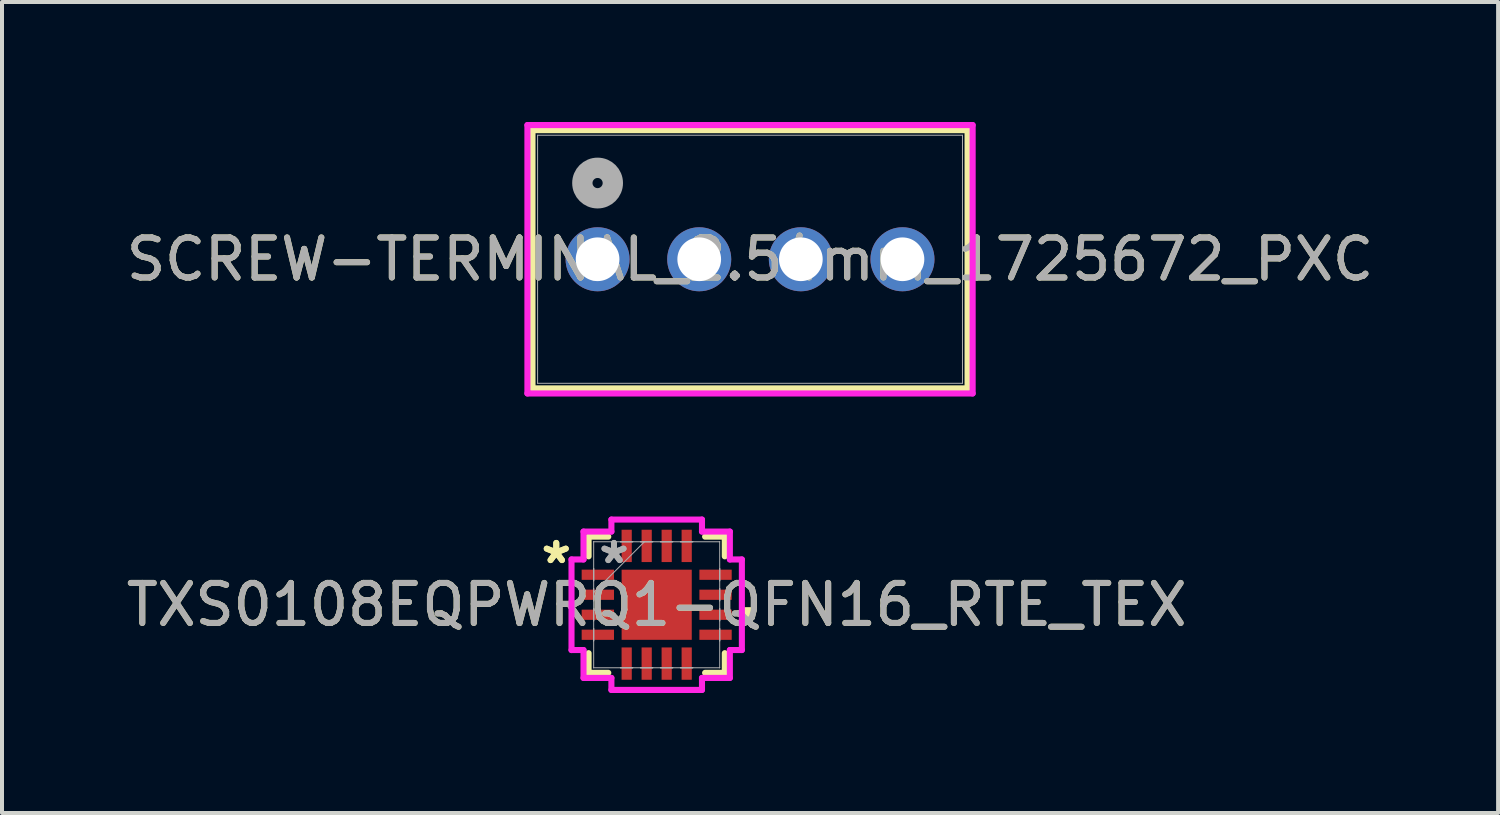
<source format=kicad_pcb>
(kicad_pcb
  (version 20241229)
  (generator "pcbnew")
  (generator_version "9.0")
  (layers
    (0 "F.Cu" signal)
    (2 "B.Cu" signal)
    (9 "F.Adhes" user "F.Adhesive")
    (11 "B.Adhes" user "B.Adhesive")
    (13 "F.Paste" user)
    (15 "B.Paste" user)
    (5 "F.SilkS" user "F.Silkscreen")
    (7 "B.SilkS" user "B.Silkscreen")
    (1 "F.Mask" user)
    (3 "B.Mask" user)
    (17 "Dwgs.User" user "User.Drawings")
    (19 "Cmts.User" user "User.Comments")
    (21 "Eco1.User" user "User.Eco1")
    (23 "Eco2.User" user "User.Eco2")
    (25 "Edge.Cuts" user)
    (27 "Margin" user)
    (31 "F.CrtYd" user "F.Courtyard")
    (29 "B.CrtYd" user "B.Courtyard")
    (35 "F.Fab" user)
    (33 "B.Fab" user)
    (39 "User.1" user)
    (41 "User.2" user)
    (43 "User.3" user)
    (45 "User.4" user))
  (footprint "TXS0108EQPWRQ1-QFN16_RTE_TEX"
    (layer "F.Cu")
    (at 13.363 12.065)
    (property "Reference" "TXS0108EQPWRQ1-QFN16_RTE_TEX" (at 0 0 0) (unlocked yes) (layer "F.SilkS") (effects (font (size 1 1) (thickness 0.15))))
    (attr smd)
    (fp_line (start -1.702 -1.702) (end -1.702 -1.21) (stroke (width 0.152) (type solid)) (layer "F.SilkS"))
    (fp_line (start -1.702 1.21) (end -1.702 1.702) (stroke (width 0.152) (type solid)) (layer "F.SilkS"))
    (fp_line (start -1.702 1.702) (end -1.21 1.702) (stroke (width 0.152) (type solid)) (layer "F.SilkS"))
    (fp_line (start -1.21 -1.702) (end -1.702 -1.702) (stroke (width 0.152) (type solid)) (layer "F.SilkS"))
    (fp_line (start 1.21 1.702) (end 1.702 1.702) (stroke (width 0.152) (type solid)) (layer "F.SilkS"))
    (fp_line (start 1.702 -1.702) (end 1.21 -1.702) (stroke (width 0.152) (type solid)) (layer "F.SilkS"))
    (fp_line (start 1.702 -1.21) (end 1.702 -1.702) (stroke (width 0.152) (type solid)) (layer "F.SilkS"))
    (fp_line (start 1.702 1.702) (end 1.702 1.21) (stroke (width 0.152) (type solid)) (layer "F.SilkS"))
    (fp_poly (pts (xy 2.383 0.06) (xy 2.383 0.441) (xy 2.129 0.441) (xy 2.129 0.06)) (stroke (width 0) (type solid)) (fill yes) (layer "F.SilkS"))
    (fp_line (start -2.129 -1.132) (end -1.829 -1.132) (stroke (width 0.152) (type solid)) (layer "F.CrtYd"))
    (fp_line (start -2.129 1.132) (end -2.129 -1.132) (stroke (width 0.152) (type solid)) (layer "F.CrtYd"))
    (fp_line (start -1.829 -1.829) (end -1.132 -1.829) (stroke (width 0.152) (type solid)) (layer "F.CrtYd"))
    (fp_line (start -1.829 -1.132) (end -1.829 -1.829) (stroke (width 0.152) (type solid)) (layer "F.CrtYd"))
    (fp_line (start -1.829 1.132) (end -2.129 1.132) (stroke (width 0.152) (type solid)) (layer "F.CrtYd"))
    (fp_line (start -1.829 1.829) (end -1.829 1.132) (stroke (width 0.152) (type solid)) (layer "F.CrtYd"))
    (fp_line (start -1.132 -2.129) (end 1.132 -2.129) (stroke (width 0.152) (type solid)) (layer "F.CrtYd"))
    (fp_line (start -1.132 -1.829) (end -1.132 -2.129) (stroke (width 0.152) (type solid)) (layer "F.CrtYd"))
    (fp_line (start -1.132 1.829) (end -1.829 1.829) (stroke (width 0.152) (type solid)) (layer "F.CrtYd"))
    (fp_line (start -1.132 2.129) (end -1.132 1.829) (stroke (width 0.152) (type solid)) (layer "F.CrtYd"))
    (fp_line (start 1.132 -2.129) (end 1.132 -1.829) (stroke (width 0.152) (type solid)) (layer "F.CrtYd"))
    (fp_line (start 1.132 -1.829) (end 1.829 -1.829) (stroke (width 0.152) (type solid)) (layer "F.CrtYd"))
    (fp_line (start 1.132 1.829) (end 1.132 2.129) (stroke (width 0.152) (type solid)) (layer "F.CrtYd"))
    (fp_line (start 1.132 2.129) (end -1.132 2.129) (stroke (width 0.152) (type solid)) (layer "F.CrtYd"))
    (fp_line (start 1.829 -1.829) (end 1.829 -1.132) (stroke (width 0.152) (type solid)) (layer "F.CrtYd"))
    (fp_line (start 1.829 -1.132) (end 2.129 -1.132) (stroke (width 0.152) (type solid)) (layer "F.CrtYd"))
    (fp_line (start 1.829 1.132) (end 1.829 1.829) (stroke (width 0.152) (type solid)) (layer "F.CrtYd"))
    (fp_line (start 1.829 1.829) (end 1.132 1.829) (stroke (width 0.152) (type solid)) (layer "F.CrtYd"))
    (fp_line (start 2.129 -1.132) (end 2.129 1.132) (stroke (width 0.152) (type solid)) (layer "F.CrtYd"))
    (fp_line (start 2.129 1.132) (end 1.829 1.132) (stroke (width 0.152) (type solid)) (layer "F.CrtYd"))
    (fp_line (start -1.575 -1.575) (end -1.575 -1.575) (stroke (width 0.025) (type solid)) (layer "F.Fab"))
    (fp_line (start -1.575 -1.575) (end -1.575 1.575) (stroke (width 0.025) (type solid)) (layer "F.Fab"))
    (fp_line (start -1.575 -0.903) (end -1.575 -0.903) (stroke (width 0.025) (type solid)) (layer "F.Fab"))
    (fp_line (start -1.575 -0.903) (end -1.575 -0.598) (stroke (width 0.025) (type solid)) (layer "F.Fab"))
    (fp_line (start -1.575 -0.598) (end -1.575 -0.903) (stroke (width 0.025) (type solid)) (layer "F.Fab"))
    (fp_line (start -1.575 -0.598) (end -1.575 -0.598) (stroke (width 0.025) (type solid)) (layer "F.Fab"))
    (fp_line (start -1.575 -0.402) (end -1.575 -0.402) (stroke (width 0.025) (type solid)) (layer "F.Fab"))
    (fp_line (start -1.575 -0.402) (end -1.575 -0.098) (stroke (width 0.025) (type solid)) (layer "F.Fab"))
    (fp_line (start -1.575 -0.305) (end -0.305 -1.575) (stroke (width 0.025) (type solid)) (layer "F.Fab"))
    (fp_line (start -1.575 -0.098) (end -1.575 -0.402) (stroke (width 0.025) (type solid)) (layer "F.Fab"))
    (fp_line (start -1.575 -0.098) (end -1.575 -0.098) (stroke (width 0.025) (type solid)) (layer "F.Fab"))
    (fp_line (start -1.575 0.098) (end -1.575 0.098) (stroke (width 0.025) (type solid)) (layer "F.Fab"))
    (fp_line (start -1.575 0.098) (end -1.575 0.402) (stroke (width 0.025) (type solid)) (layer "F.Fab"))
    (fp_line (start -1.575 0.402) (end -1.575 0.098) (stroke (width 0.025) (type solid)) (layer "F.Fab"))
    (fp_line (start -1.575 0.402) (end -1.575 0.402) (stroke (width 0.025) (type solid)) (layer "F.Fab"))
    (fp_line (start -1.575 0.598) (end -1.575 0.598) (stroke (width 0.025) (type solid)) (layer "F.Fab"))
    (fp_line (start -1.575 0.598) (end -1.575 0.903) (stroke (width 0.025) (type solid)) (layer "F.Fab"))
    (fp_line (start -1.575 0.903) (end -1.575 0.598) (stroke (width 0.025) (type solid)) (layer "F.Fab"))
    (fp_line (start -1.575 0.903) (end -1.575 0.903) (stroke (width 0.025) (type solid)) (layer "F.Fab"))
    (fp_line (start -1.575 1.575) (end -1.575 1.575) (stroke (width 0.025) (type solid)) (layer "F.Fab"))
    (fp_line (start -1.575 1.575) (end 1.575 1.575) (stroke (width 0.025) (type solid)) (layer "F.Fab"))
    (fp_line (start -0.903 -1.575) (end -0.903 -1.575) (stroke (width 0.025) (type solid)) (layer "F.Fab"))
    (fp_line (start -0.903 -1.575) (end -0.598 -1.575) (stroke (width 0.025) (type solid)) (layer "F.Fab"))
    (fp_line (start -0.903 1.575) (end -0.903 1.575) (stroke (width 0.025) (type solid)) (layer "F.Fab"))
    (fp_line (start -0.903 1.575) (end -0.598 1.575) (stroke (width 0.025) (type solid)) (layer "F.Fab"))
    (fp_line (start -0.598 -1.575) (end -0.903 -1.575) (stroke (width 0.025) (type solid)) (layer "F.Fab"))
    (fp_line (start -0.598 -1.575) (end -0.598 -1.575) (stroke (width 0.025) (type solid)) (layer "F.Fab"))
    (fp_line (start -0.598 1.575) (end -0.903 1.575) (stroke (width 0.025) (type solid)) (layer "F.Fab"))
    (fp_line (start -0.598 1.575) (end -0.598 1.575) (stroke (width 0.025) (type solid)) (layer "F.Fab"))
    (fp_line (start -0.402 -1.575) (end -0.402 -1.575) (stroke (width 0.025) (type solid)) (layer "F.Fab"))
    (fp_line (start -0.402 -1.575) (end -0.098 -1.575) (stroke (width 0.025) (type solid)) (layer "F.Fab"))
    (fp_line (start -0.402 1.575) (end -0.402 1.575) (stroke (width 0.025) (type solid)) (layer "F.Fab"))
    (fp_line (start -0.402 1.575) (end -0.098 1.575) (stroke (width 0.025) (type solid)) (layer "F.Fab"))
    (fp_line (start -0.098 -1.575) (end -0.402 -1.575) (stroke (width 0.025) (type solid)) (layer "F.Fab"))
    (fp_line (start -0.098 -1.575) (end -0.098 -1.575) (stroke (width 0.025) (type solid)) (layer "F.Fab"))
    (fp_line (start -0.098 1.575) (end -0.402 1.575) (stroke (width 0.025) (type solid)) (layer "F.Fab"))
    (fp_line (start -0.098 1.575) (end -0.098 1.575) (stroke (width 0.025) (type solid)) (layer "F.Fab"))
    (fp_line (start 0.098 -1.575) (end 0.098 -1.575) (stroke (width 0.025) (type solid)) (layer "F.Fab"))
    (fp_line (start 0.098 -1.575) (end 0.402 -1.575) (stroke (width 0.025) (type solid)) (layer "F.Fab"))
    (fp_line (start 0.098 1.575) (end 0.098 1.575) (stroke (width 0.025) (type solid)) (layer "F.Fab"))
    (fp_line (start 0.098 1.575) (end 0.402 1.575) (stroke (width 0.025) (type solid)) (layer "F.Fab"))
    (fp_line (start 0.402 -1.575) (end 0.098 -1.575) (stroke (width 0.025) (type solid)) (layer "F.Fab"))
    (fp_line (start 0.402 -1.575) (end 0.402 -1.575) (stroke (width 0.025) (type solid)) (layer "F.Fab"))
    (fp_line (start 0.402 1.575) (end 0.098 1.575) (stroke (width 0.025) (type solid)) (layer "F.Fab"))
    (fp_line (start 0.402 1.575) (end 0.402 1.575) (stroke (width 0.025) (type solid)) (layer "F.Fab"))
    (fp_line (start 0.598 -1.575) (end 0.598 -1.575) (stroke (width 0.025) (type solid)) (layer "F.Fab"))
    (fp_line (start 0.598 -1.575) (end 0.903 -1.575) (stroke (width 0.025) (type solid)) (layer "F.Fab"))
    (fp_line (start 0.598 1.575) (end 0.598 1.575) (stroke (width 0.025) (type solid)) (layer "F.Fab"))
    (fp_line (start 0.598 1.575) (end 0.903 1.575) (stroke (width 0.025) (type solid)) (layer "F.Fab"))
    (fp_line (start 0.903 -1.575) (end 0.598 -1.575) (stroke (width 0.025) (type solid)) (layer "F.Fab"))
    (fp_line (start 0.903 -1.575) (end 0.903 -1.575) (stroke (width 0.025) (type solid)) (layer "F.Fab"))
    (fp_line (start 0.903 1.575) (end 0.598 1.575) (stroke (width 0.025) (type solid)) (layer "F.Fab"))
    (fp_line (start 0.903 1.575) (end 0.903 1.575) (stroke (width 0.025) (type solid)) (layer "F.Fab"))
    (fp_line (start 1.575 -1.575) (end -1.575 -1.575) (stroke (width 0.025) (type solid)) (layer "F.Fab"))
    (fp_line (start 1.575 -1.575) (end 1.575 -1.575) (stroke (width 0.025) (type solid)) (layer "F.Fab"))
    (fp_line (start 1.575 -0.903) (end 1.575 -0.903) (stroke (width 0.025) (type solid)) (layer "F.Fab"))
    (fp_line (start 1.575 -0.903) (end 1.575 -0.598) (stroke (width 0.025) (type solid)) (layer "F.Fab"))
    (fp_line (start 1.575 -0.598) (end 1.575 -0.903) (stroke (width 0.025) (type solid)) (layer "F.Fab"))
    (fp_line (start 1.575 -0.598) (end 1.575 -0.598) (stroke (width 0.025) (type solid)) (layer "F.Fab"))
    (fp_line (start 1.575 -0.402) (end 1.575 -0.402) (stroke (width 0.025) (type solid)) (layer "F.Fab"))
    (fp_line (start 1.575 -0.402) (end 1.575 -0.098) (stroke (width 0.025) (type solid)) (layer "F.Fab"))
    (fp_line (start 1.575 -0.098) (end 1.575 -0.402) (stroke (width 0.025) (type solid)) (layer "F.Fab"))
    (fp_line (start 1.575 -0.098) (end 1.575 -0.098) (stroke (width 0.025) (type solid)) (layer "F.Fab"))
    (fp_line (start 1.575 0.098) (end 1.575 0.098) (stroke (width 0.025) (type solid)) (layer "F.Fab"))
    (fp_line (start 1.575 0.098) (end 1.575 0.402) (stroke (width 0.025) (type solid)) (layer "F.Fab"))
    (fp_line (start 1.575 0.402) (end 1.575 0.098) (stroke (width 0.025) (type solid)) (layer "F.Fab"))
    (fp_line (start 1.575 0.402) (end 1.575 0.402) (stroke (width 0.025) (type solid)) (layer "F.Fab"))
    (fp_line (start 1.575 0.598) (end 1.575 0.598) (stroke (width 0.025) (type solid)) (layer "F.Fab"))
    (fp_line (start 1.575 0.598) (end 1.575 0.903) (stroke (width 0.025) (type solid)) (layer "F.Fab"))
    (fp_line (start 1.575 0.903) (end 1.575 0.598) (stroke (width 0.025) (type solid)) (layer "F.Fab"))
    (fp_line (start 1.575 0.903) (end 1.575 0.903) (stroke (width 0.025) (type solid)) (layer "F.Fab"))
    (fp_line (start 1.575 1.575) (end 1.575 -1.575) (stroke (width 0.025) (type solid)) (layer "F.Fab"))
    (fp_line (start 1.575 1.575) (end 1.575 1.575) (stroke (width 0.025) (type solid)) (layer "F.Fab"))
    (fp_text user "*" (at -2.51 -1 0) (layer "F.SilkS") (effects (font (size 1 1) (thickness 0.15))))
    (fp_text user "*" (at -2.51 -1 0) (unlocked yes) (layer "F.SilkS") (effects (font (size 1 1) (thickness 0.15))))
    (fp_text user "*" (at -1.067 -1 0) (layer "F.Fab") (effects (font (size 1 1) (thickness 0.15))))
    (fp_text user "${REFERENCE}" (at 0 0 0) (unlocked yes) (layer "F.Fab") (effects (font (size 1 1) (thickness 0.15))))
    (fp_text user "*" (at -1.067 -1 0) (unlocked yes) (layer "F.Fab") (effects (font (size 1 1) (thickness 0.15))))
    (pad "1" smd rect (at -1.471 -0.75 90) (size 0.255 0.808) (layers "F.Cu" "F.Mask" "F.Paste"))
    (pad "2" smd rect (at -1.471 -0.25 90) (size 0.255 0.808) (layers "F.Cu" "F.Mask" "F.Paste"))
    (pad "3" smd rect (at -1.471 0.25 90) (size 0.255 0.808) (layers "F.Cu" "F.Mask" "F.Paste"))
    (pad "4" smd rect (at -1.471 0.75 90) (size 0.255 0.808) (layers "F.Cu" "F.Mask" "F.Paste"))
    (pad "5" smd rect (at -0.75 1.471) (size 0.255 0.808) (layers "F.Cu" "F.Mask" "F.Paste"))
    (pad "6" smd rect (at -0.25 1.471) (size 0.255 0.808) (layers "F.Cu" "F.Mask" "F.Paste"))
    (pad "7" smd rect (at 0.25 1.471) (size 0.255 0.808) (layers "F.Cu" "F.Mask" "F.Paste"))
    (pad "8" smd rect (at 0.75 1.471) (size 0.255 0.808) (layers "F.Cu" "F.Mask" "F.Paste"))
    (pad "9" smd rect (at 1.471 0.75 90) (size 0.255 0.808) (layers "F.Cu" "F.Mask" "F.Paste"))
    (pad "10" smd rect (at 1.471 0.25 90) (size 0.255 0.808) (layers "F.Cu" "F.Mask" "F.Paste"))
    (pad "11" smd rect (at 1.471 -0.25 90) (size 0.255 0.808) (layers "F.Cu" "F.Mask" "F.Paste"))
    (pad "12" smd rect (at 1.471 -0.75 90) (size 0.255 0.808) (layers "F.Cu" "F.Mask" "F.Paste"))
    (pad "13" smd rect (at 0.75 -1.471) (size 0.255 0.808) (layers "F.Cu" "F.Mask" "F.Paste"))
    (pad "14" smd rect (at 0.25 -1.471) (size 0.255 0.808) (layers "F.Cu" "F.Mask" "F.Paste"))
    (pad "15" smd rect (at -0.25 -1.471) (size 0.255 0.808) (layers "F.Cu" "F.Mask" "F.Paste"))
    (pad "16" smd rect (at -0.75 -1.471) (size 0.255 0.808) (layers "F.Cu" "F.Mask" "F.Paste"))
    (pad "17" smd rect (at 0 0) (size 1.753 1.753) (layers "F.Cu" "F.Mask" "F.Paste")))
  (footprint "SCREW-TERMINAL_2.54mm_1725672_PXC"
    (layer "F.Cu")
    (at 11.886 3.43)
    (property "Reference" "SCREW-TERMINAL_2.54mm_1725672_PXC" (at 3.81 0 0) (unlocked yes) (layer "F.SilkS") (effects (font (size 1 1) (thickness 0.15))))
    (attr through_hole)
    (fp_line (start -1.627 -3.227) (end -1.627 3.227) (stroke (width 0.152) (type solid)) (layer "F.SilkS"))
    (fp_line (start -1.627 3.227) (end 9.247 3.227) (stroke (width 0.152) (type solid)) (layer "F.SilkS"))
    (fp_line (start 9.247 -3.227) (end -1.627 -3.227) (stroke (width 0.152) (type solid)) (layer "F.SilkS"))
    (fp_line (start 9.247 3.227) (end 9.247 -3.227) (stroke (width 0.152) (type solid)) (layer "F.SilkS"))
    (fp_line (start -1.754 -3.354) (end -1.754 3.354) (stroke (width 0.152) (type solid)) (layer "F.CrtYd"))
    (fp_line (start -1.754 3.354) (end 9.374 3.354) (stroke (width 0.152) (type solid)) (layer "F.CrtYd"))
    (fp_line (start 9.374 -3.354) (end -1.754 -3.354) (stroke (width 0.152) (type solid)) (layer "F.CrtYd"))
    (fp_line (start 9.374 3.354) (end 9.374 -3.354) (stroke (width 0.152) (type solid)) (layer "F.CrtYd"))
    (fp_line (start -1.5 -3.1) (end -1.5 3.1) (stroke (width 0.025) (type solid)) (layer "F.Fab"))
    (fp_line (start -1.5 3.1) (end 9.12 3.1) (stroke (width 0.025) (type solid)) (layer "F.Fab"))
    (fp_line (start 9.12 -3.1) (end -1.5 -3.1) (stroke (width 0.025) (type solid)) (layer "F.Fab"))
    (fp_line (start 9.12 3.1) (end 9.12 -3.1) (stroke (width 0.025) (type solid)) (layer "F.Fab"))
    (fp_circle (center 0 -1.905) (end 0.381 -1.905) (stroke (width 0.508) (type solid)) (fill no) (layer "F.Fab"))
    (fp_text user "${REFERENCE}" (at 3.81 0 0) (unlocked yes) (layer "F.Fab") (effects (font (size 1 1) (thickness 0.15))))
    (pad "1" thru_hole circle (at 0 0) (size 1.6 1.6) (drill 1.092) (layers "*.Cu" "*.Mask"))
    (pad "2" thru_hole circle (at 2.54 0) (size 1.6 1.6) (drill 1.092) (layers "*.Cu" "*.Mask"))
    (pad "3" thru_hole circle (at 5.08 0) (size 1.6 1.6) (drill 1.092) (layers "*.Cu" "*.Mask"))
    (pad "4" thru_hole circle (at 7.62 0) (size 1.6 1.6) (drill 1.092) (layers "*.Cu" "*.Mask")))
  (gr_rect
    (start -3 -3)
    (end 34.393 17.27)
    (stroke (width 0.1) (type default))
    (fill no)
    (layer "Edge.Cuts")))
</source>
